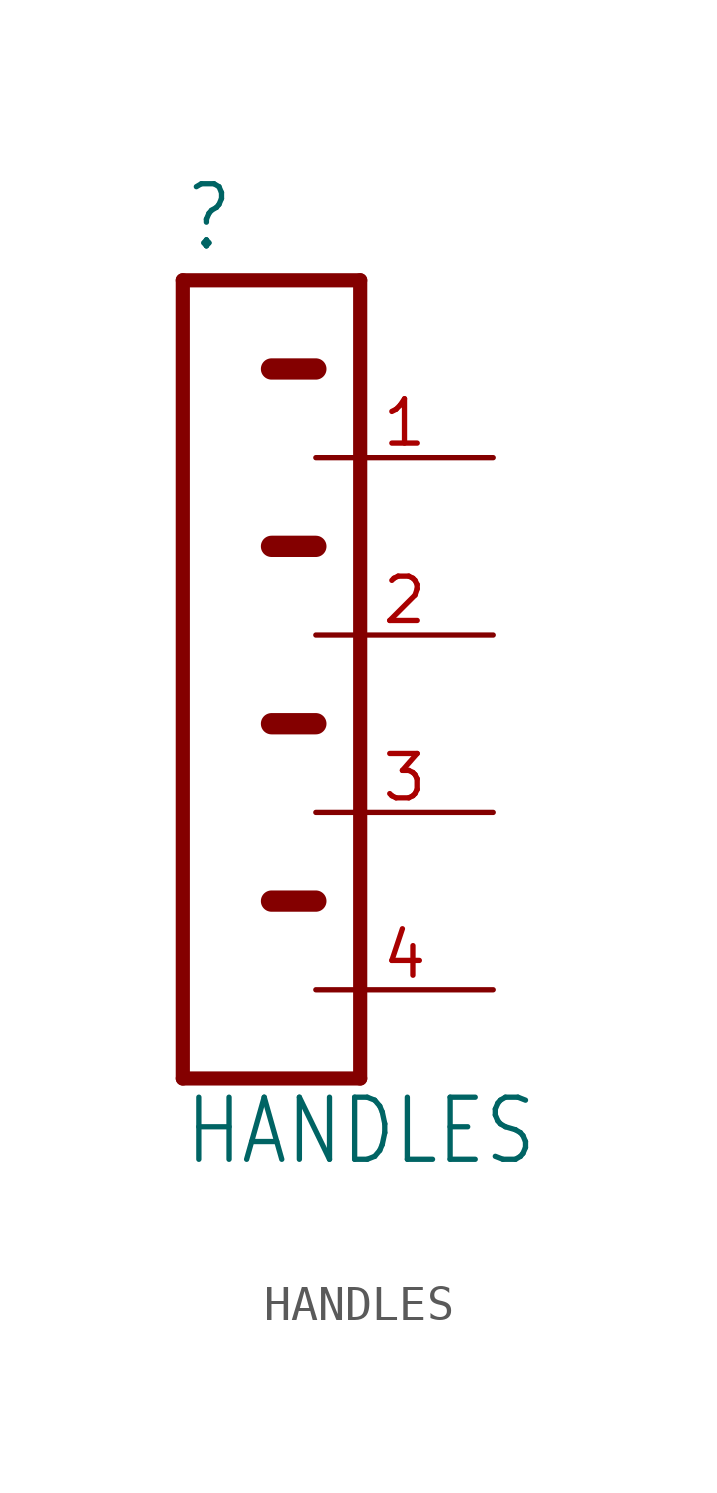
<source format=kicad_sym>
(kicad_symbol_lib
  (version 20211014)
  (generator kicad_symbol_editor)
  (symbol "HANDLES"
    (property "Reference" ""
      (at -1.27 13.462 0)
      (effects (font (size 1.778 1.511)) (justify left bottom)))
    (property "Value" "HANDLES"
      (at -1.27 -12.7 0)
      (effects (font (size 1.778 1.511)) (justify left bottom)))
    (property "ki_locked" ""
      (at 0 0 0)
      (effects (font (size 1.27 1.27))))
    (symbol "HANDLES_1_0"
      (polyline (pts (xy -1.27 12.7) (xy -1.27 -10.16)) (stroke (width 0.406) (type default) (color 0 0 0 0)) (fill (type none)))
      (polyline (pts (xy -1.27 12.7) (xy 3.81 12.7)) (stroke (width 0.406) (type default) (color 0 0 0 0)) (fill (type none)))
      (polyline (pts (xy 1.27 -5.08) (xy 2.54 -5.08)) (stroke (width 0.61) (type default) (color 0 0 0 0)) (fill (type none)))
      (polyline (pts (xy 1.27 0) (xy 2.54 0)) (stroke (width 0.61) (type default) (color 0 0 0 0)) (fill (type none)))
      (polyline (pts (xy 1.27 5.08) (xy 2.54 5.08)) (stroke (width 0.61) (type default) (color 0 0 0 0)) (fill (type none)))
      (polyline (pts (xy 1.27 10.16) (xy 2.54 10.16)) (stroke (width 0.61) (type default) (color 0 0 0 0)) (fill (type none)))
      (polyline (pts (xy 3.81 -10.16) (xy -1.27 -10.16)) (stroke (width 0.406) (type default) (color 0 0 0 0)) (fill (type none)))
      (polyline (pts (xy 3.81 -10.16) (xy 3.81 12.7)) (stroke (width 0.406) (type default) (color 0 0 0 0)) (fill (type none)))
      (pin passive line (at 7.62 7.62 180) (length 5.08) (name "7" (effects (font (size 0 0)))) (number "1" (effects (font (size 1.27 1.27)))))
      (pin passive line (at 7.62 2.54 180) (length 5.08) (name "5" (effects (font (size 0 0)))) (number "2" (effects (font (size 1.27 1.27)))))
      (pin passive line (at 7.62 -2.54 180) (length 5.08) (name "3" (effects (font (size 0 0)))) (number "3" (effects (font (size 1.27 1.27)))))
      (pin passive line (at 7.62 -7.62 180) (length 5.08) (name "1" (effects (font (size 0 0)))) (number "4" (effects (font (size 1.27 1.27))))))))
</source>
